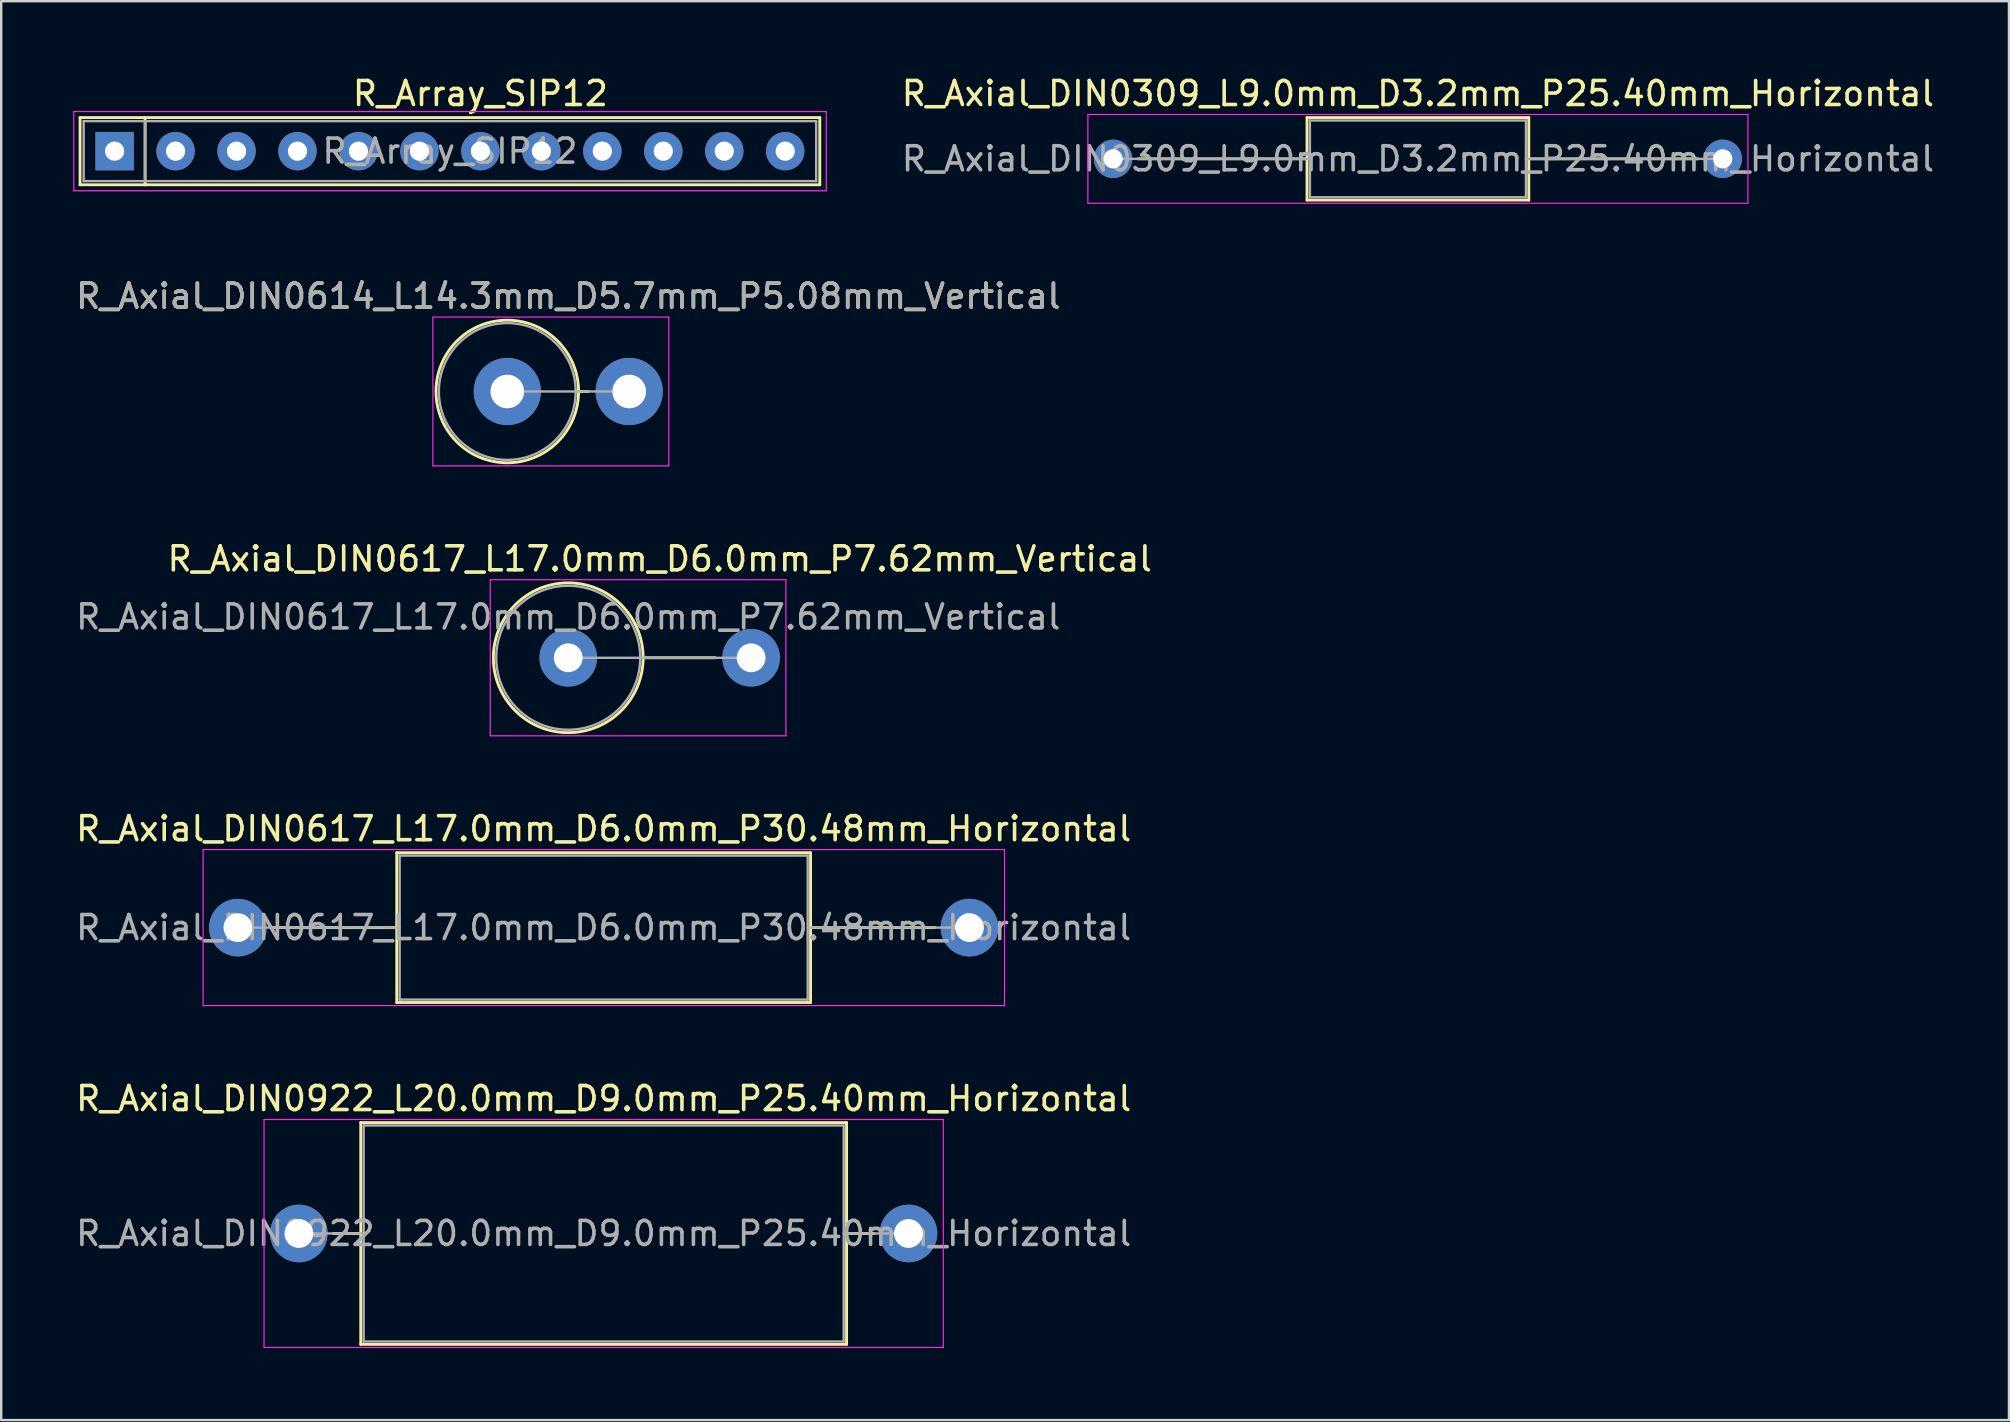
<source format=kicad_pcb>
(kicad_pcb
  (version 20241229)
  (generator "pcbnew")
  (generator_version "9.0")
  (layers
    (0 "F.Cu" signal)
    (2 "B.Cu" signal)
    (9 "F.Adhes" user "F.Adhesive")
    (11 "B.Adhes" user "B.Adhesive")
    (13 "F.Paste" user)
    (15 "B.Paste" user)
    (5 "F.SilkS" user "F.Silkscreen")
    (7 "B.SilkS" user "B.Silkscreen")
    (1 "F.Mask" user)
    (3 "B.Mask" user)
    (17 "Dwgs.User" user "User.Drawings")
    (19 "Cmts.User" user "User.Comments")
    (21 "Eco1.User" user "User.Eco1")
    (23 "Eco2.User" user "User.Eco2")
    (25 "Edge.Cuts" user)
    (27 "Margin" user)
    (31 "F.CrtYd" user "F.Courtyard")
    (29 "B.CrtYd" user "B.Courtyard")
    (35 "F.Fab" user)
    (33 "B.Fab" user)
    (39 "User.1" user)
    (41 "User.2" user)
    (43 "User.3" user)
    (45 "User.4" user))
  (footprint "R_Axial_DIN0309_L9.0mm_D3.2mm_P25.40mm_Horizontal"
    (layer "F.Cu")
    (at 43.325 3.568)
    (property "Reference" "R_Axial_DIN0309_L9.0mm_D3.2mm_P25.40mm_Horizontal" (at 12.7 -2.72 0) (layer "F.SilkS") (effects (font (size 1 1) (thickness 0.15))))
    (attr through_hole)
    (fp_line (start 1.04 0) (end 8.08 0) (stroke (width 0.12) (type solid)) (layer "F.SilkS"))
    (fp_line (start 8.08 -1.72) (end 8.08 1.72) (stroke (width 0.12) (type solid)) (layer "F.SilkS"))
    (fp_line (start 8.08 1.72) (end 17.32 1.72) (stroke (width 0.12) (type solid)) (layer "F.SilkS"))
    (fp_line (start 17.32 -1.72) (end 8.08 -1.72) (stroke (width 0.12) (type solid)) (layer "F.SilkS"))
    (fp_line (start 17.32 1.72) (end 17.32 -1.72) (stroke (width 0.12) (type solid)) (layer "F.SilkS"))
    (fp_line (start 24.36 0) (end 17.32 0) (stroke (width 0.12) (type solid)) (layer "F.SilkS"))
    (fp_line (start -1.05 -1.85) (end -1.05 1.85) (stroke (width 0.05) (type solid)) (layer "F.CrtYd"))
    (fp_line (start -1.05 1.85) (end 26.45 1.85) (stroke (width 0.05) (type solid)) (layer "F.CrtYd"))
    (fp_line (start 26.45 -1.85) (end -1.05 -1.85) (stroke (width 0.05) (type solid)) (layer "F.CrtYd"))
    (fp_line (start 26.45 1.85) (end 26.45 -1.85) (stroke (width 0.05) (type solid)) (layer "F.CrtYd"))
    (fp_line (start 0 0) (end 8.2 0) (stroke (width 0.1) (type solid)) (layer "F.Fab"))
    (fp_line (start 8.2 -1.6) (end 8.2 1.6) (stroke (width 0.1) (type solid)) (layer "F.Fab"))
    (fp_line (start 8.2 1.6) (end 17.2 1.6) (stroke (width 0.1) (type solid)) (layer "F.Fab"))
    (fp_line (start 17.2 -1.6) (end 8.2 -1.6) (stroke (width 0.1) (type solid)) (layer "F.Fab"))
    (fp_line (start 17.2 1.6) (end 17.2 -1.6) (stroke (width 0.1) (type solid)) (layer "F.Fab"))
    (fp_line (start 25.4 0) (end 17.2 0) (stroke (width 0.1) (type solid)) (layer "F.Fab"))
    (fp_text user "${REFERENCE}" (at 12.7 0 0) (layer "F.Fab") (effects (font (size 1 1) (thickness 0.15))))
    (pad "1" thru_hole circle (at 0 0) (size 1.6 1.6) (drill 0.8) (layers "*.Cu" "*.Mask"))
    (pad "2" thru_hole oval (at 25.4 0) (size 1.6 1.6) (drill 0.8) (layers "*.Cu" "*.Mask")))
  (footprint "R_Axial_DIN0617_L17.0mm_D6.0mm_P7.62mm_Vertical"
    (layer "F.Cu")
    (at 20.625 24.355)
    (property "Reference" "R_Axial_DIN0617_L17.0mm_D6.0mm_P7.62mm_Vertical" (at 3.81 -4.12 0) (layer "F.SilkS") (effects (font (size 1 1) (thickness 0.15))))
    (attr through_hole)
    (fp_line (start 3.12 0) (end 6.12 0) (stroke (width 0.12) (type solid)) (layer "F.SilkS"))
    (fp_circle (center 0 0) (end 3.12 0) (stroke (width 0.12) (type solid)) (fill no) (layer "F.SilkS"))
    (fp_line (start -3.25 -3.25) (end -3.25 3.25) (stroke (width 0.05) (type solid)) (layer "F.CrtYd"))
    (fp_line (start -3.25 3.25) (end 9.07 3.25) (stroke (width 0.05) (type solid)) (layer "F.CrtYd"))
    (fp_line (start 9.07 -3.25) (end -3.25 -3.25) (stroke (width 0.05) (type solid)) (layer "F.CrtYd"))
    (fp_line (start 9.07 3.25) (end 9.07 -3.25) (stroke (width 0.05) (type solid)) (layer "F.CrtYd"))
    (fp_line (start 0 0) (end 7.62 0) (stroke (width 0.1) (type solid)) (layer "F.Fab"))
    (fp_circle (center 0 0) (end 3 0) (stroke (width 0.1) (type solid)) (fill no) (layer "F.Fab"))
    (fp_text user "${REFERENCE}" (at 0 -1.7 0) (layer "F.Fab") (effects (font (size 1 1) (thickness 0.15))))
    (pad "1" thru_hole circle (at 0 0) (size 2.4 2.4) (drill 1.2) (layers "*.Cu" "*.Mask"))
    (pad "2" thru_hole oval (at 7.62 0) (size 2.4 2.4) (drill 1.2) (layers "*.Cu" "*.Mask")))
  (footprint "R_Array_SIP12"
    (layer "F.Cu")
    (at 1.725 3.248)
    (property "Reference" "R_Array_SIP12" (at 15.24 -2.4 0) (layer "F.SilkS") (effects (font (size 1 1) (thickness 0.15))))
    (attr through_hole)
    (fp_line (start -1.44 -1.4) (end -1.44 1.4) (stroke (width 0.12) (type solid)) (layer "F.SilkS"))
    (fp_line (start -1.44 1.4) (end 29.38 1.4) (stroke (width 0.12) (type solid)) (layer "F.SilkS"))
    (fp_line (start 1.27 -1.4) (end 1.27 1.4) (stroke (width 0.12) (type solid)) (layer "F.SilkS"))
    (fp_line (start 29.38 -1.4) (end -1.44 -1.4) (stroke (width 0.12) (type solid)) (layer "F.SilkS"))
    (fp_line (start 29.38 1.4) (end 29.38 -1.4) (stroke (width 0.12) (type solid)) (layer "F.SilkS"))
    (fp_line (start -1.7 -1.65) (end -1.7 1.65) (stroke (width 0.05) (type solid)) (layer "F.CrtYd"))
    (fp_line (start -1.7 1.65) (end 29.65 1.65) (stroke (width 0.05) (type solid)) (layer "F.CrtYd"))
    (fp_line (start 29.65 -1.65) (end -1.7 -1.65) (stroke (width 0.05) (type solid)) (layer "F.CrtYd"))
    (fp_line (start 29.65 1.65) (end 29.65 -1.65) (stroke (width 0.05) (type solid)) (layer "F.CrtYd"))
    (fp_line (start -1.29 -1.25) (end -1.29 1.25) (stroke (width 0.1) (type solid)) (layer "F.Fab"))
    (fp_line (start -1.29 1.25) (end 29.23 1.25) (stroke (width 0.1) (type solid)) (layer "F.Fab"))
    (fp_line (start 1.27 -1.25) (end 1.27 1.25) (stroke (width 0.1) (type solid)) (layer "F.Fab"))
    (fp_line (start 29.23 -1.25) (end -1.29 -1.25) (stroke (width 0.1) (type solid)) (layer "F.Fab"))
    (fp_line (start 29.23 1.25) (end 29.23 -1.25) (stroke (width 0.1) (type solid)) (layer "F.Fab"))
    (fp_text user "${REFERENCE}" (at 13.97 0 0) (layer "F.Fab") (effects (font (size 1 1) (thickness 0.15))))
    (pad "1" thru_hole rect (at 0 0) (size 1.6 1.6) (drill 0.8) (layers "*.Cu" "*.Mask"))
    (pad "2" thru_hole oval (at 2.54 0) (size 1.6 1.6) (drill 0.8) (layers "*.Cu" "*.Mask"))
    (pad "3" thru_hole oval (at 5.08 0) (size 1.6 1.6) (drill 0.8) (layers "*.Cu" "*.Mask"))
    (pad "4" thru_hole oval (at 7.62 0) (size 1.6 1.6) (drill 0.8) (layers "*.Cu" "*.Mask"))
    (pad "5" thru_hole oval (at 10.16 0) (size 1.6 1.6) (drill 0.8) (layers "*.Cu" "*.Mask"))
    (pad "6" thru_hole oval (at 12.7 0) (size 1.6 1.6) (drill 0.8) (layers "*.Cu" "*.Mask"))
    (pad "7" thru_hole oval (at 15.24 0) (size 1.6 1.6) (drill 0.8) (layers "*.Cu" "*.Mask"))
    (pad "8" thru_hole oval (at 17.78 0) (size 1.6 1.6) (drill 0.8) (layers "*.Cu" "*.Mask"))
    (pad "9" thru_hole oval (at 20.32 0) (size 1.6 1.6) (drill 0.8) (layers "*.Cu" "*.Mask"))
    (pad "10" thru_hole oval (at 22.86 0) (size 1.6 1.6) (drill 0.8) (layers "*.Cu" "*.Mask"))
    (pad "11" thru_hole oval (at 25.4 0) (size 1.6 1.6) (drill 0.8) (layers "*.Cu" "*.Mask"))
    (pad "12" thru_hole oval (at 27.94 0) (size 1.6 1.6) (drill 0.8) (layers "*.Cu" "*.Mask")))
  (footprint "R_Axial_DIN0922_L20.0mm_D9.0mm_P25.40mm_Horizontal"
    (layer "F.Cu")
    (at 9.401 48.341)
    (property "Reference" "R_Axial_DIN0922_L20.0mm_D9.0mm_P25.40mm_Horizontal" (at 12.7 -5.62 0) (layer "F.SilkS") (effects (font (size 1 1) (thickness 0.15))))
    (attr through_hole)
    (fp_line (start 1.44 0) (end 2.58 0) (stroke (width 0.12) (type solid)) (layer "F.SilkS"))
    (fp_line (start 2.58 -4.62) (end 2.58 4.62) (stroke (width 0.12) (type solid)) (layer "F.SilkS"))
    (fp_line (start 2.58 4.62) (end 22.82 4.62) (stroke (width 0.12) (type solid)) (layer "F.SilkS"))
    (fp_line (start 22.82 -4.62) (end 2.58 -4.62) (stroke (width 0.12) (type solid)) (layer "F.SilkS"))
    (fp_line (start 22.82 4.62) (end 22.82 -4.62) (stroke (width 0.12) (type solid)) (layer "F.SilkS"))
    (fp_line (start 23.96 0) (end 22.82 0) (stroke (width 0.12) (type solid)) (layer "F.SilkS"))
    (fp_line (start -1.45 -4.75) (end -1.45 4.75) (stroke (width 0.05) (type solid)) (layer "F.CrtYd"))
    (fp_line (start -1.45 4.75) (end 26.85 4.75) (stroke (width 0.05) (type solid)) (layer "F.CrtYd"))
    (fp_line (start 26.85 -4.75) (end -1.45 -4.75) (stroke (width 0.05) (type solid)) (layer "F.CrtYd"))
    (fp_line (start 26.85 4.75) (end 26.85 -4.75) (stroke (width 0.05) (type solid)) (layer "F.CrtYd"))
    (fp_line (start 0 0) (end 2.7 0) (stroke (width 0.1) (type solid)) (layer "F.Fab"))
    (fp_line (start 2.7 -4.5) (end 2.7 4.5) (stroke (width 0.1) (type solid)) (layer "F.Fab"))
    (fp_line (start 2.7 4.5) (end 22.7 4.5) (stroke (width 0.1) (type solid)) (layer "F.Fab"))
    (fp_line (start 22.7 -4.5) (end 2.7 -4.5) (stroke (width 0.1) (type solid)) (layer "F.Fab"))
    (fp_line (start 22.7 4.5) (end 22.7 -4.5) (stroke (width 0.1) (type solid)) (layer "F.Fab"))
    (fp_line (start 25.4 0) (end 22.7 0) (stroke (width 0.1) (type solid)) (layer "F.Fab"))
    (fp_text user "${REFERENCE}" (at 12.7 0 0) (layer "F.Fab") (effects (font (size 1 1) (thickness 0.15))))
    (pad "1" thru_hole circle (at 0 0) (size 2.4 2.4) (drill 1.2) (layers "*.Cu" "*.Mask"))
    (pad "2" thru_hole oval (at 25.4 0) (size 2.4 2.4) (drill 1.2) (layers "*.Cu" "*.Mask")))
  (footprint "R_Axial_DIN0614_L14.3mm_D5.7mm_P5.08mm_Vertical"
    (layer "F.Cu")
    (at 18.085 13.261)
    (property "Reference" "R_Axial_DIN0614_L14.3mm_D5.7mm_P5.08mm_Vertical" (at 2.54 -3.97 0) (layer "F.SilkS") (effects (font (size 1 1) (thickness 0.15))))
    (attr through_hole)
    (fp_line (start 2.97 0) (end 3.38 0) (stroke (width 0.12) (type solid)) (layer "F.SilkS"))
    (fp_circle (center 0 0) (end 2.97 0) (stroke (width 0.12) (type solid)) (fill no) (layer "F.SilkS"))
    (fp_line (start -3.1 -3.1) (end -3.1 3.1) (stroke (width 0.05) (type solid)) (layer "F.CrtYd"))
    (fp_line (start -3.1 3.1) (end 6.73 3.1) (stroke (width 0.05) (type solid)) (layer "F.CrtYd"))
    (fp_line (start 6.73 -3.1) (end -3.1 -3.1) (stroke (width 0.05) (type solid)) (layer "F.CrtYd"))
    (fp_line (start 6.73 3.1) (end 6.73 -3.1) (stroke (width 0.05) (type solid)) (layer "F.CrtYd"))
    (fp_line (start 0 0) (end 5.08 0) (stroke (width 0.1) (type solid)) (layer "F.Fab"))
    (fp_circle (center 0 0) (end 2.85 0) (stroke (width 0.1) (type solid)) (fill no) (layer "F.Fab"))
    (fp_text user "${REFERENCE}" (at 2.54 -3.97 0) (layer "F.Fab") (effects (font (size 1 1) (thickness 0.15))))
    (pad "1" thru_hole circle (at 0 0) (size 2.8 2.8) (drill 1.4) (layers "*.Cu" "*.Mask"))
    (pad "2" thru_hole oval (at 5.08 0) (size 2.8 2.8) (drill 1.4) (layers "*.Cu" "*.Mask")))
  (footprint "R_Axial_DIN0617_L17.0mm_D6.0mm_P30.48mm_Horizontal"
    (layer "F.Cu")
    (at 6.861 35.598)
    (property "Reference" "R_Axial_DIN0617_L17.0mm_D6.0mm_P30.48mm_Horizontal" (at 15.24 -4.12 0) (layer "F.SilkS") (effects (font (size 1 1) (thickness 0.15))))
    (attr through_hole)
    (fp_line (start 1.44 0) (end 6.62 0) (stroke (width 0.12) (type solid)) (layer "F.SilkS"))
    (fp_line (start 6.62 -3.12) (end 6.62 3.12) (stroke (width 0.12) (type solid)) (layer "F.SilkS"))
    (fp_line (start 6.62 3.12) (end 23.86 3.12) (stroke (width 0.12) (type solid)) (layer "F.SilkS"))
    (fp_line (start 23.86 -3.12) (end 6.62 -3.12) (stroke (width 0.12) (type solid)) (layer "F.SilkS"))
    (fp_line (start 23.86 3.12) (end 23.86 -3.12) (stroke (width 0.12) (type solid)) (layer "F.SilkS"))
    (fp_line (start 29.04 0) (end 23.86 0) (stroke (width 0.12) (type solid)) (layer "F.SilkS"))
    (fp_line (start -1.45 -3.25) (end -1.45 3.25) (stroke (width 0.05) (type solid)) (layer "F.CrtYd"))
    (fp_line (start -1.45 3.25) (end 31.94 3.25) (stroke (width 0.05) (type solid)) (layer "F.CrtYd"))
    (fp_line (start 31.94 -3.25) (end -1.45 -3.25) (stroke (width 0.05) (type solid)) (layer "F.CrtYd"))
    (fp_line (start 31.94 3.25) (end 31.94 -3.25) (stroke (width 0.05) (type solid)) (layer "F.CrtYd"))
    (fp_line (start 0 0) (end 6.74 0) (stroke (width 0.1) (type solid)) (layer "F.Fab"))
    (fp_line (start 6.74 -3) (end 6.74 3) (stroke (width 0.1) (type solid)) (layer "F.Fab"))
    (fp_line (start 6.74 3) (end 23.74 3) (stroke (width 0.1) (type solid)) (layer "F.Fab"))
    (fp_line (start 23.74 -3) (end 6.74 -3) (stroke (width 0.1) (type solid)) (layer "F.Fab"))
    (fp_line (start 23.74 3) (end 23.74 -3) (stroke (width 0.1) (type solid)) (layer "F.Fab"))
    (fp_line (start 30.48 0) (end 23.74 0) (stroke (width 0.1) (type solid)) (layer "F.Fab"))
    (fp_text user "${REFERENCE}" (at 15.24 0 0) (layer "F.Fab") (effects (font (size 1 1) (thickness 0.15))))
    (pad "1" thru_hole circle (at 0 0) (size 2.4 2.4) (drill 1.2) (layers "*.Cu" "*.Mask"))
    (pad "2" thru_hole oval (at 30.48 0) (size 2.4 2.4) (drill 1.2) (layers "*.Cu" "*.Mask")))
  (gr_rect
    (start -3 -3)
    (end 80.65 56.116)
    (stroke (width 0.1) (type default))
    (fill no)
    (layer "Edge.Cuts")))
</source>
